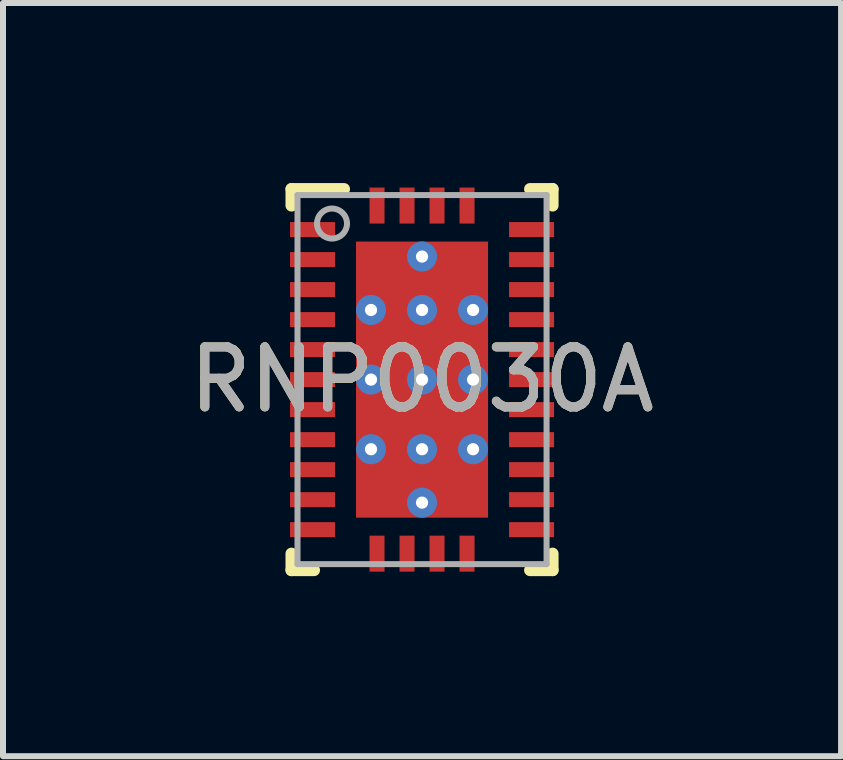
<source format=kicad_pcb>
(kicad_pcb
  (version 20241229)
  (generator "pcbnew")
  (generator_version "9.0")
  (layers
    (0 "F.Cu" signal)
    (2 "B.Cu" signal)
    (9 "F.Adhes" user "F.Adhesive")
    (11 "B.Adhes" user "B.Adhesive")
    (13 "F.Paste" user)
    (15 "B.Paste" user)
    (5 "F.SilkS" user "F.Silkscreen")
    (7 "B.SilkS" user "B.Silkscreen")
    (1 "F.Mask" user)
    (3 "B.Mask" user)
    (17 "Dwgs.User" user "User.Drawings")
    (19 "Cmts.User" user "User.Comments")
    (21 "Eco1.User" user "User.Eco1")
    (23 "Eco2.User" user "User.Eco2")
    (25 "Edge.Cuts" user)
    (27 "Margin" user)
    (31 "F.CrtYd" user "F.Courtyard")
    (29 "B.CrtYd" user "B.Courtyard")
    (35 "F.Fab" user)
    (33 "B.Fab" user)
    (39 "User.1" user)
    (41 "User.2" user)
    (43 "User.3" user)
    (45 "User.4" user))
  (footprint "RNP0030A"
    (layer "F.Cu")
    (at 3.982 3.275)
    (property "Reference" "RNP0030A" (at 0 0 0) (unlocked yes) (layer "F.SilkS") (effects (font (size 1 1) (thickness 0.15))))
    (attr smd)
    (fp_line (start -2.175 -3.175) (end -1.3 -3.175) (stroke (width 0.2) (type solid)) (layer "F.SilkS"))
    (fp_line (start -2.175 -2.9) (end -2.175 -3.175) (stroke (width 0.2) (type solid)) (layer "F.SilkS"))
    (fp_line (start -2.175 3.175) (end -2.175 2.9) (stroke (width 0.2) (type solid)) (layer "F.SilkS"))
    (fp_line (start -2.175 3.175) (end -1.8 3.175) (stroke (width 0.2) (type solid)) (layer "F.SilkS"))
    (fp_line (start 1.8 -3.175) (end 2.175 -3.175) (stroke (width 0.2) (type solid)) (layer "F.SilkS"))
    (fp_line (start 1.8 3.175) (end 2.175 3.175) (stroke (width 0.2) (type solid)) (layer "F.SilkS"))
    (fp_line (start 2.175 -2.9) (end 2.175 -3.175) (stroke (width 0.2) (type solid)) (layer "F.SilkS"))
    (fp_line (start 2.175 3.175) (end 2.175 2.9) (stroke (width 0.2) (type solid)) (layer "F.SilkS"))
    (fp_poly (pts (xy -0.148 -1.26) (xy -1.032 -1.26) (xy -1.041 -1.261) (xy -1.05 -1.264) (xy -1.059 -1.268) (xy -1.066 -1.274) (xy -1.072 -1.281) (xy -1.076 -1.29) (xy -1.079 -1.299) (xy -1.08 -1.308) (xy -1.08 -2.172) (xy -1.079 -2.181) (xy -1.076 -2.19) (xy -1.072 -2.199) (xy -1.066 -2.206) (xy -1.059 -2.212) (xy -1.05 -2.216) (xy -1.041 -2.219) (xy -1.032 -2.22) (xy -0.148 -2.22) (xy -0.139 -2.219) (xy -0.13 -2.216) (xy -0.121 -2.212) (xy -0.114 -2.206) (xy -0.108 -2.199) (xy -0.104 -2.19) (xy -0.101 -2.181) (xy -0.1 -2.172) (xy -0.1 -1.308) (xy -0.101 -1.299) (xy -0.104 -1.29) (xy -0.108 -1.281) (xy -0.114 -1.274) (xy -0.121 -1.268) (xy -0.13 -1.264) (xy -0.139 -1.261)) (stroke (width 0) (type solid)) (fill yes) (layer "F.Paste"))
    (fp_poly (pts (xy -0.148 -0.1) (xy -1.032 -0.1) (xy -1.041 -0.101) (xy -1.05 -0.104) (xy -1.059 -0.108) (xy -1.066 -0.114) (xy -1.072 -0.121) (xy -1.076 -0.13) (xy -1.079 -0.139) (xy -1.08 -0.148) (xy -1.08 -1.012) (xy -1.079 -1.021) (xy -1.076 -1.03) (xy -1.072 -1.039) (xy -1.066 -1.046) (xy -1.059 -1.052) (xy -1.05 -1.056) (xy -1.041 -1.059) (xy -1.032 -1.06) (xy -0.148 -1.06) (xy -0.139 -1.059) (xy -0.13 -1.056) (xy -0.121 -1.052) (xy -0.114 -1.046) (xy -0.108 -1.039) (xy -0.104 -1.03) (xy -0.101 -1.021) (xy -0.1 -1.012) (xy -0.1 -0.148) (xy -0.101 -0.139) (xy -0.104 -0.13) (xy -0.108 -0.121) (xy -0.114 -0.114) (xy -0.121 -0.108) (xy -0.13 -0.104) (xy -0.139 -0.101)) (stroke (width 0) (type solid)) (fill yes) (layer "F.Paste"))
    (fp_poly (pts (xy -0.148 1.06) (xy -1.032 1.06) (xy -1.041 1.059) (xy -1.05 1.056) (xy -1.059 1.052) (xy -1.066 1.046) (xy -1.072 1.039) (xy -1.076 1.03) (xy -1.079 1.021) (xy -1.08 1.012) (xy -1.08 0.148) (xy -1.079 0.139) (xy -1.076 0.13) (xy -1.072 0.121) (xy -1.066 0.114) (xy -1.059 0.108) (xy -1.05 0.104) (xy -1.041 0.101) (xy -1.032 0.1) (xy -0.148 0.1) (xy -0.139 0.101) (xy -0.13 0.104) (xy -0.121 0.108) (xy -0.114 0.114) (xy -0.108 0.121) (xy -0.104 0.13) (xy -0.101 0.139) (xy -0.1 0.148) (xy -0.1 1.012) (xy -0.101 1.021) (xy -0.104 1.03) (xy -0.108 1.039) (xy -0.114 1.046) (xy -0.121 1.052) (xy -0.13 1.056) (xy -0.139 1.059)) (stroke (width 0) (type solid)) (fill yes) (layer "F.Paste"))
    (fp_poly (pts (xy -0.148 2.22) (xy -1.032 2.22) (xy -1.041 2.219) (xy -1.05 2.216) (xy -1.059 2.212) (xy -1.066 2.206) (xy -1.072 2.199) (xy -1.076 2.19) (xy -1.079 2.181) (xy -1.08 2.172) (xy -1.08 1.308) (xy -1.079 1.299) (xy -1.076 1.29) (xy -1.072 1.281) (xy -1.066 1.274) (xy -1.059 1.268) (xy -1.05 1.264) (xy -1.041 1.261) (xy -1.032 1.26) (xy -0.148 1.26) (xy -0.139 1.261) (xy -0.13 1.264) (xy -0.121 1.268) (xy -0.114 1.274) (xy -0.108 1.281) (xy -0.104 1.29) (xy -0.101 1.299) (xy -0.1 1.308) (xy -0.1 2.172) (xy -0.101 2.181) (xy -0.104 2.19) (xy -0.108 2.199) (xy -0.114 2.206) (xy -0.121 2.212) (xy -0.13 2.216) (xy -0.139 2.219)) (stroke (width 0) (type solid)) (fill yes) (layer "F.Paste"))
    (fp_poly (pts (xy 1.032 -1.26) (xy 0.148 -1.26) (xy 0.139 -1.261) (xy 0.13 -1.264) (xy 0.121 -1.268) (xy 0.114 -1.274) (xy 0.108 -1.281) (xy 0.104 -1.29) (xy 0.101 -1.299) (xy 0.1 -1.308) (xy 0.1 -2.172) (xy 0.101 -2.181) (xy 0.104 -2.19) (xy 0.108 -2.199) (xy 0.114 -2.206) (xy 0.121 -2.212) (xy 0.13 -2.216) (xy 0.139 -2.219) (xy 0.148 -2.22) (xy 1.032 -2.22) (xy 1.041 -2.219) (xy 1.05 -2.216) (xy 1.059 -2.212) (xy 1.066 -2.206) (xy 1.072 -2.199) (xy 1.076 -2.19) (xy 1.079 -2.181) (xy 1.08 -2.172) (xy 1.08 -1.308) (xy 1.079 -1.299) (xy 1.076 -1.29) (xy 1.072 -1.281) (xy 1.066 -1.274) (xy 1.059 -1.268) (xy 1.05 -1.264) (xy 1.041 -1.261)) (stroke (width 0) (type solid)) (fill yes) (layer "F.Paste"))
    (fp_poly (pts (xy 1.032 -0.1) (xy 0.148 -0.1) (xy 0.139 -0.101) (xy 0.13 -0.104) (xy 0.121 -0.108) (xy 0.114 -0.114) (xy 0.108 -0.121) (xy 0.104 -0.13) (xy 0.101 -0.139) (xy 0.1 -0.148) (xy 0.1 -1.012) (xy 0.101 -1.021) (xy 0.104 -1.03) (xy 0.108 -1.039) (xy 0.114 -1.046) (xy 0.121 -1.052) (xy 0.13 -1.056) (xy 0.139 -1.059) (xy 0.148 -1.06) (xy 1.032 -1.06) (xy 1.041 -1.059) (xy 1.05 -1.056) (xy 1.059 -1.052) (xy 1.066 -1.046) (xy 1.072 -1.039) (xy 1.076 -1.03) (xy 1.079 -1.021) (xy 1.08 -1.012) (xy 1.08 -0.148) (xy 1.079 -0.139) (xy 1.076 -0.13) (xy 1.072 -0.121) (xy 1.066 -0.114) (xy 1.059 -0.108) (xy 1.05 -0.104) (xy 1.041 -0.101)) (stroke (width 0) (type solid)) (fill yes) (layer "F.Paste"))
    (fp_poly (pts (xy 1.032 1.06) (xy 0.148 1.06) (xy 0.139 1.059) (xy 0.13 1.056) (xy 0.121 1.052) (xy 0.114 1.046) (xy 0.108 1.039) (xy 0.104 1.03) (xy 0.101 1.021) (xy 0.1 1.012) (xy 0.1 0.148) (xy 0.101 0.139) (xy 0.104 0.13) (xy 0.108 0.121) (xy 0.114 0.114) (xy 0.121 0.108) (xy 0.13 0.104) (xy 0.139 0.101) (xy 0.148 0.1) (xy 1.032 0.1) (xy 1.041 0.101) (xy 1.05 0.104) (xy 1.059 0.108) (xy 1.066 0.114) (xy 1.072 0.121) (xy 1.076 0.13) (xy 1.079 0.139) (xy 1.08 0.148) (xy 1.08 1.012) (xy 1.079 1.021) (xy 1.076 1.03) (xy 1.072 1.039) (xy 1.066 1.046) (xy 1.059 1.052) (xy 1.05 1.056) (xy 1.041 1.059)) (stroke (width 0) (type solid)) (fill yes) (layer "F.Paste"))
    (fp_poly (pts (xy 1.032 2.22) (xy 0.148 2.22) (xy 0.139 2.219) (xy 0.13 2.216) (xy 0.121 2.212) (xy 0.114 2.206) (xy 0.108 2.199) (xy 0.104 2.19) (xy 0.101 2.181) (xy 0.1 2.172) (xy 0.1 1.308) (xy 0.101 1.299) (xy 0.104 1.29) (xy 0.108 1.281) (xy 0.114 1.274) (xy 0.121 1.268) (xy 0.13 1.264) (xy 0.139 1.261) (xy 0.148 1.26) (xy 1.032 1.26) (xy 1.041 1.261) (xy 1.05 1.264) (xy 1.059 1.268) (xy 1.066 1.274) (xy 1.072 1.281) (xy 1.076 1.29) (xy 1.079 1.299) (xy 1.08 1.308) (xy 1.08 2.172) (xy 1.079 2.181) (xy 1.076 2.19) (xy 1.072 2.199) (xy 1.066 2.206) (xy 1.059 2.212) (xy 1.05 2.216) (xy 1.041 2.219)) (stroke (width 0) (type solid)) (fill yes) (layer "F.Paste"))
    (fp_line (start -2.075 -3.075) (end 2.075 -3.075) (stroke (width 0.1) (type solid)) (layer "F.Fab"))
    (fp_line (start -2.075 3.075) (end -2.075 -3.075) (stroke (width 0.1) (type solid)) (layer "F.Fab"))
    (fp_line (start -2.075 3.075) (end 2.075 3.075) (stroke (width 0.1) (type solid)) (layer "F.Fab"))
    (fp_line (start 2.075 3.075) (end 2.075 -3.075) (stroke (width 0.1) (type solid)) (layer "F.Fab"))
    (fp_circle (center -1.5 -2.6) (end -1.25 -2.6) (stroke (width 0.1) (type solid)) (fill no) (layer "F.Fab"))
    (fp_text user "${REFERENCE}" (at 0 0 0) (unlocked yes) (layer "F.Fab") (effects (font (size 1 1) (thickness 0.15))))
    (pad "1" smd rect (at -1.825 -2.5 90) (size 0.25 0.75) (layers "F.Cu" "F.Mask" "F.Paste"))
    (pad "2" smd rect (at -1.825 -2 90) (size 0.25 0.75) (layers "F.Cu" "F.Mask" "F.Paste"))
    (pad "3" smd rect (at -1.825 -1.5 90) (size 0.25 0.75) (layers "F.Cu" "F.Mask" "F.Paste"))
    (pad "4" smd rect (at -1.825 -1 90) (size 0.25 0.75) (layers "F.Cu" "F.Mask" "F.Paste"))
    (pad "5" smd rect (at -1.825 -0.5 90) (size 0.25 0.75) (layers "F.Cu" "F.Mask" "F.Paste"))
    (pad "6" smd rect (at -1.825 0 90) (size 0.25 0.75) (layers "F.Cu" "F.Mask" "F.Paste"))
    (pad "7" smd rect (at -1.825 0.5 90) (size 0.25 0.75) (layers "F.Cu" "F.Mask" "F.Paste"))
    (pad "8" smd rect (at -1.825 1 90) (size 0.25 0.75) (layers "F.Cu" "F.Mask" "F.Paste"))
    (pad "9" smd rect (at -1.825 1.5 90) (size 0.25 0.75) (layers "F.Cu" "F.Mask" "F.Paste"))
    (pad "10" smd rect (at -1.825 2 90) (size 0.25 0.75) (layers "F.Cu" "F.Mask" "F.Paste"))
    (pad "11" smd rect (at -1.825 2.5 90) (size 0.25 0.75) (layers "F.Cu" "F.Mask" "F.Paste"))
    (pad "12" smd rect (at -0.75 2.9) (size 0.25 0.6) (layers "F.Cu" "F.Mask" "F.Paste"))
    (pad "13" smd rect (at -0.25 2.9) (size 0.25 0.6) (layers "F.Cu" "F.Mask" "F.Paste"))
    (pad "14" smd rect (at 0.25 2.9) (size 0.25 0.6) (layers "F.Cu" "F.Mask" "F.Paste"))
    (pad "15" smd rect (at 0.75 2.9) (size 0.25 0.6) (layers "F.Cu" "F.Mask" "F.Paste"))
    (pad "16" smd rect (at 1.825 2.5 90) (size 0.25 0.75) (layers "F.Cu" "F.Mask" "F.Paste"))
    (pad "17" smd rect (at 1.825 2 90) (size 0.25 0.75) (layers "F.Cu" "F.Mask" "F.Paste"))
    (pad "18" smd rect (at 1.825 1.5 90) (size 0.25 0.75) (layers "F.Cu" "F.Mask" "F.Paste"))
    (pad "19" smd rect (at 1.825 1 90) (size 0.25 0.75) (layers "F.Cu" "F.Mask" "F.Paste"))
    (pad "20" smd rect (at 1.825 0.5 90) (size 0.25 0.75) (layers "F.Cu" "F.Mask" "F.Paste"))
    (pad "21" smd rect (at 1.825 0 90) (size 0.25 0.75) (layers "F.Cu" "F.Mask" "F.Paste"))
    (pad "22" smd rect (at 1.825 -0.5 90) (size 0.25 0.75) (layers "F.Cu" "F.Mask" "F.Paste"))
    (pad "23" smd rect (at 1.825 -1 90) (size 0.25 0.75) (layers "F.Cu" "F.Mask" "F.Paste"))
    (pad "24" smd rect (at 1.825 -1.5 90) (size 0.25 0.75) (layers "F.Cu" "F.Mask" "F.Paste"))
    (pad "25" smd rect (at 1.825 -2 90) (size 0.25 0.75) (layers "F.Cu" "F.Mask" "F.Paste"))
    (pad "26" smd rect (at 1.825 -2.5 90) (size 0.25 0.75) (layers "F.Cu" "F.Mask" "F.Paste"))
    (pad "27" smd rect (at 0.75 -2.9) (size 0.25 0.6) (layers "F.Cu" "F.Mask" "F.Paste"))
    (pad "28" smd rect (at 0.25 -2.9) (size 0.25 0.6) (layers "F.Cu" "F.Mask" "F.Paste"))
    (pad "29" smd rect (at -0.25 -2.9) (size 0.25 0.6) (layers "F.Cu" "F.Mask" "F.Paste"))
    (pad "30" smd rect (at -0.75 -2.9) (size 0.25 0.6) (layers "F.Cu" "F.Mask" "F.Paste"))
    (pad "31" smd rect (at 0 0) (size 2.2 4.6) (layers "F.Cu" "F.Mask"))
    (pad "V" thru_hole circle (at -0.85 -1.16) (size 0.5 0.5) (drill 0.203) (layers "*.Cu" "*.Mask"))
    (pad "V" thru_hole circle (at -0.85 0) (size 0.5 0.5) (drill 0.203) (layers "*.Cu" "*.Mask"))
    (pad "V" thru_hole circle (at -0.85 1.16) (size 0.5 0.5) (drill 0.203) (layers "*.Cu" "*.Mask"))
    (pad "V" thru_hole circle (at 0 -2.05) (size 0.5 0.5) (drill 0.203) (layers "*.Cu" "*.Mask"))
    (pad "V" thru_hole circle (at 0 -1.16) (size 0.5 0.5) (drill 0.203) (layers "*.Cu" "*.Mask"))
    (pad "V" thru_hole circle (at 0 0) (size 0.5 0.5) (drill 0.203) (layers "*.Cu" "*.Mask"))
    (pad "V" thru_hole circle (at 0 1.16) (size 0.5 0.5) (drill 0.203) (layers "*.Cu" "*.Mask"))
    (pad "V" thru_hole circle (at 0 2.05) (size 0.5 0.5) (drill 0.203) (layers "*.Cu" "*.Mask"))
    (pad "V" thru_hole circle (at 0.85 -1.16) (size 0.5 0.5) (drill 0.203) (layers "*.Cu" "*.Mask"))
    (pad "V" thru_hole circle (at 0.85 0) (size 0.5 0.5) (drill 0.203) (layers "*.Cu" "*.Mask"))
    (pad "V" thru_hole circle (at 0.85 1.16) (size 0.5 0.5) (drill 0.203) (layers "*.Cu" "*.Mask")))
  (gr_rect
    (start -3 -3)
    (end 10.964 9.55)
    (stroke (width 0.1) (type default))
    (fill no)
    (layer "Edge.Cuts")))
</source>
